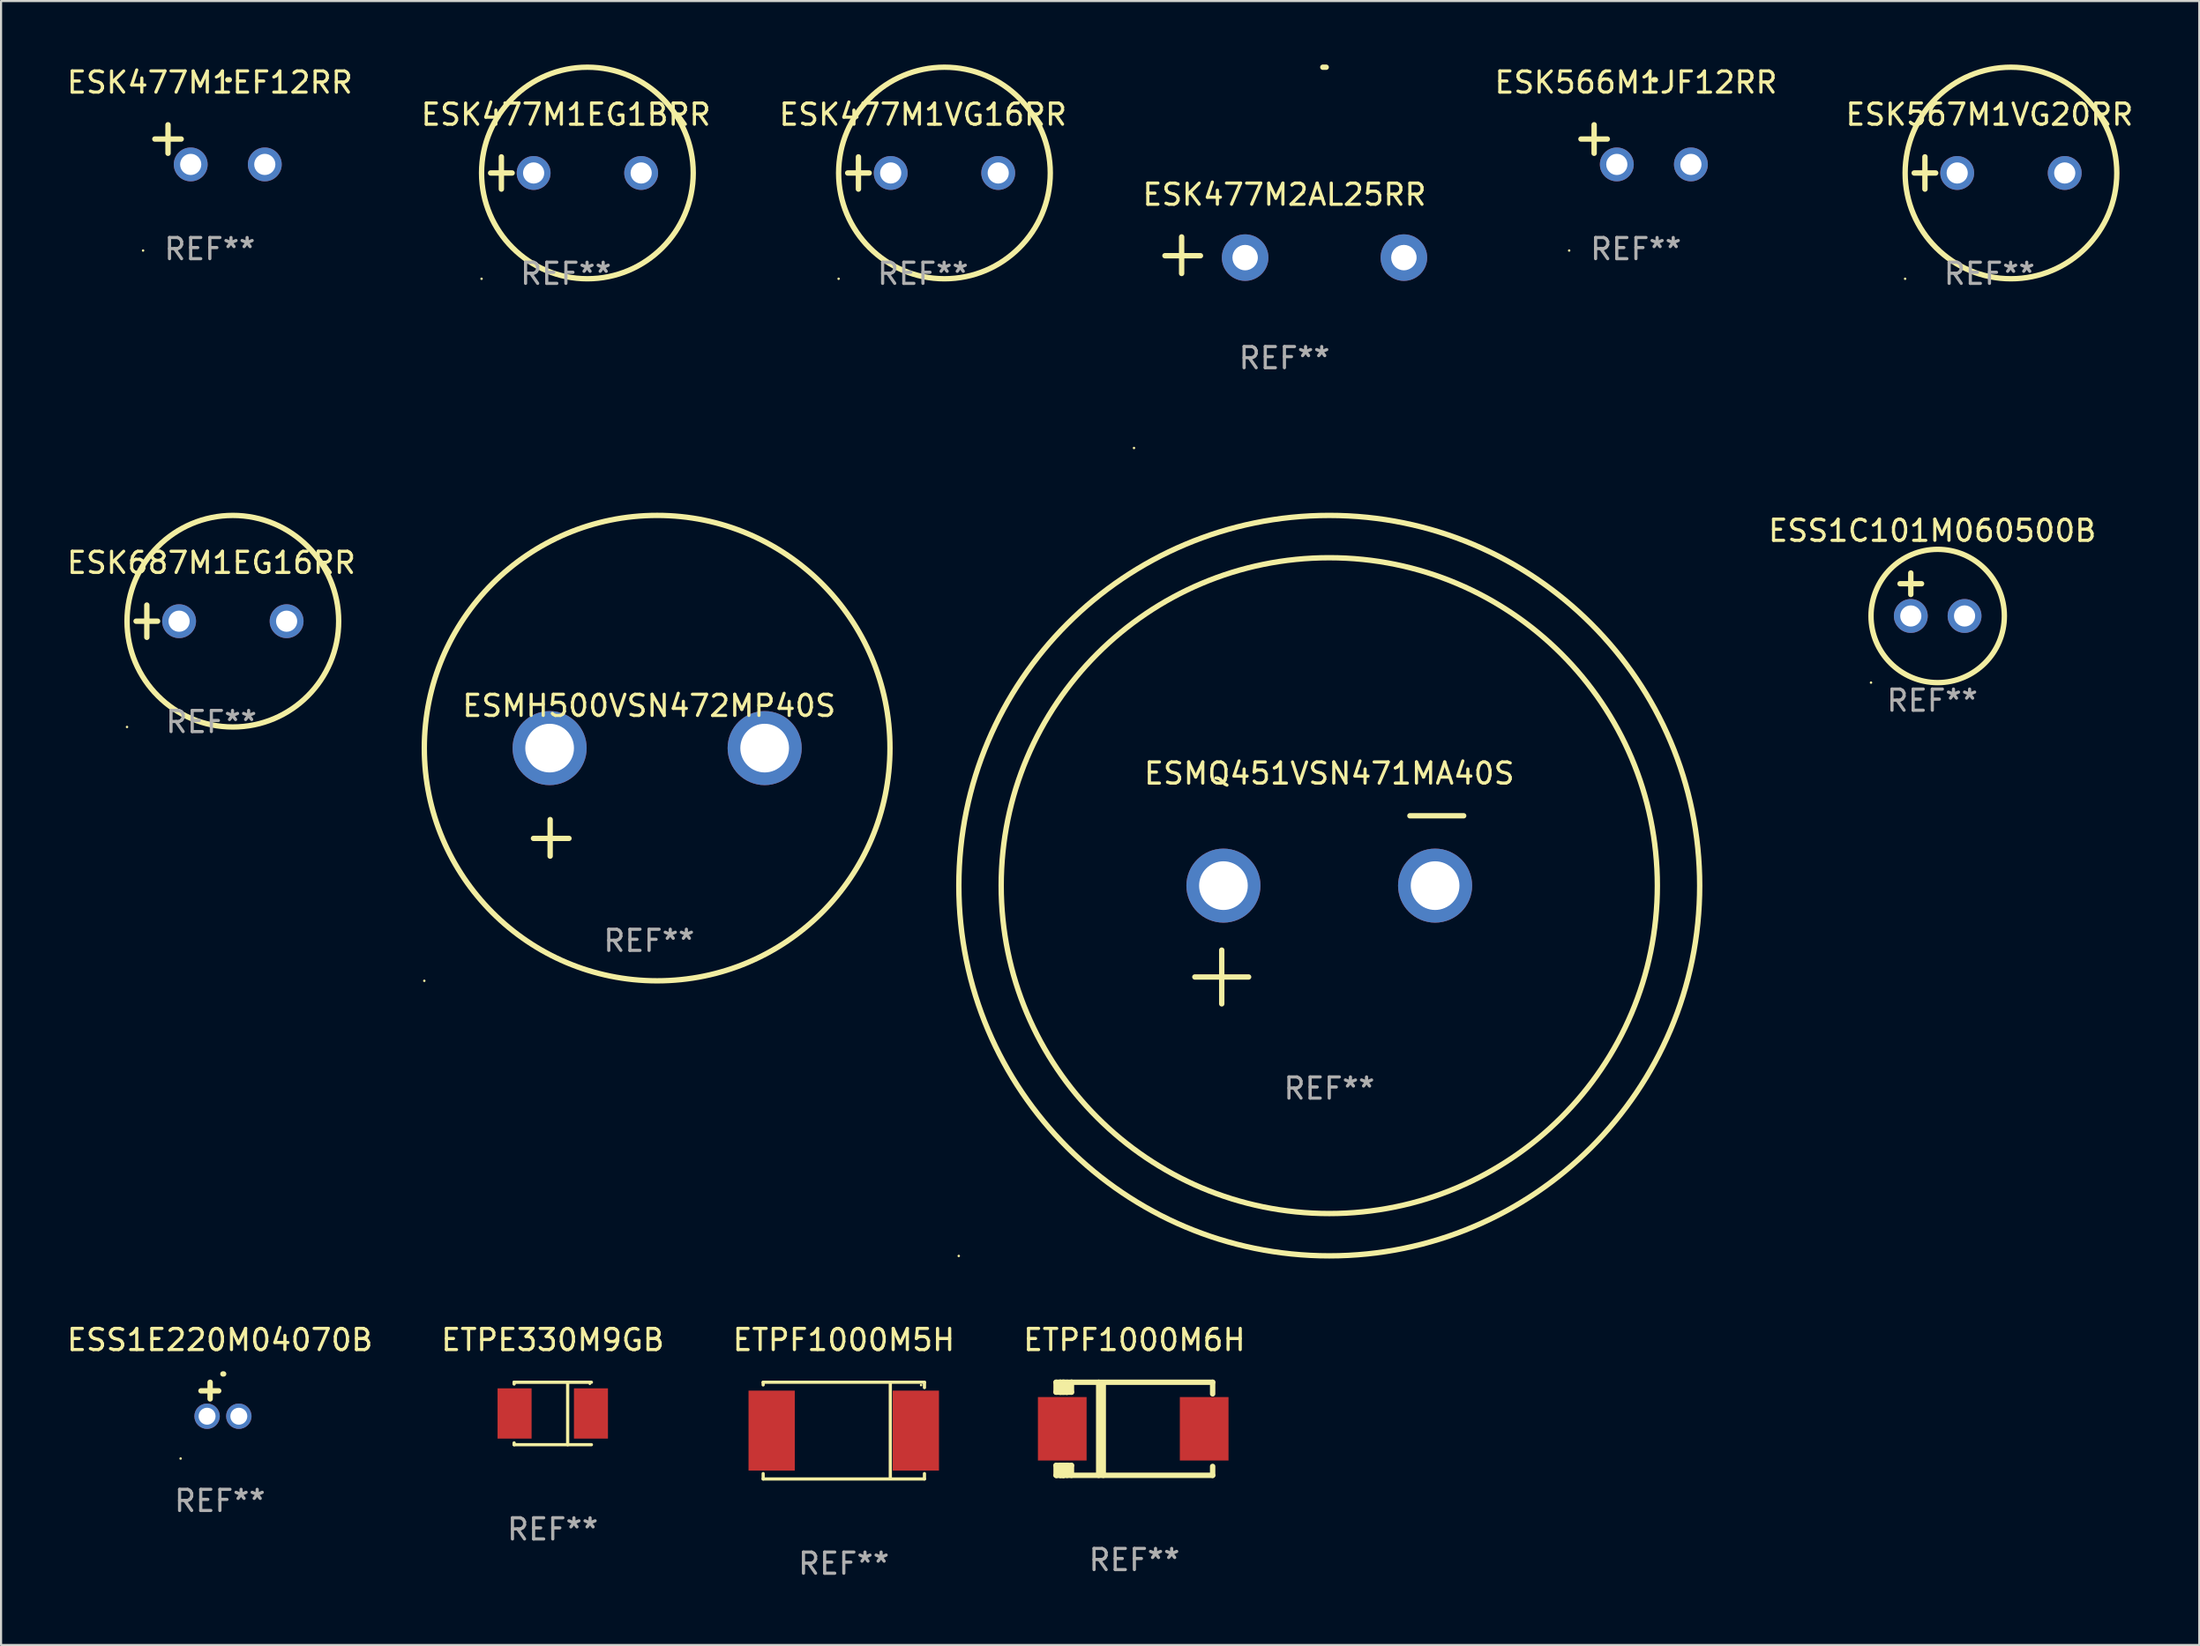
<source format=kicad_pcb>
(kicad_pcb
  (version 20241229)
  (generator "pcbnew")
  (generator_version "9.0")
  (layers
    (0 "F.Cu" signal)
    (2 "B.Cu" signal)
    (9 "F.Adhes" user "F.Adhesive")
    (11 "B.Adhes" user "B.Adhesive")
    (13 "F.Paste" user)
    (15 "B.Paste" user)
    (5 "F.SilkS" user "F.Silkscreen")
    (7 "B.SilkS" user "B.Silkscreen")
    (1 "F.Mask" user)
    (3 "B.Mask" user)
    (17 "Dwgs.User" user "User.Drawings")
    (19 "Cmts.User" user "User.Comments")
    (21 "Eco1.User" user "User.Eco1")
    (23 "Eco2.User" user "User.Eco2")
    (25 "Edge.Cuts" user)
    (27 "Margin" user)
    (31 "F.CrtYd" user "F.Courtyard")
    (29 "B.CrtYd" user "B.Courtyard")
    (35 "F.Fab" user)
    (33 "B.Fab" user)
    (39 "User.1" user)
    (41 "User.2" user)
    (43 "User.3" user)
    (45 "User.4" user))
  (footprint "ESS1C101M060500B"
    (layer "F.Cu")
    (at 88.24 25.051)
    (property "Reference" "ESS1C101M060500B" (at 0 -3.016 0) (layer "F.SilkS") (effects (font (size 1 1) (thickness 0.15))))
    (attr through_hole)
    (fp_line (start -1.524 -0.508) (end -0.508 -0.508) (stroke (width 0.254) (type solid)) (layer "F.SilkS"))
    (fp_line (start -1.016 -1.016) (end -1.016 0) (stroke (width 0.254) (type solid)) (layer "F.SilkS"))
    (fp_circle (center -2.896 4.166) (end -2.866 4.166) (stroke (width 0.06) (type solid)) (fill no) (layer "F.SilkS"))
    (fp_circle (center 0.254 1.016) (end 3.404 1.016) (stroke (width 0.254) (type solid)) (fill no) (layer "F.SilkS"))
    (fp_text user "REF**" (at 0 5.016 0) (layer "F.Fab") (effects (font (size 1 1) (thickness 0.15))))
    (pad "1" thru_hole circle (at -1.016 1.016) (size 1.6 1.6) (drill 1) (layers "*.Cu" "*.Mask"))
    (pad "2" thru_hole circle (at 1.524 1.016) (size 1.6 1.6) (drill 1) (layers "*.Cu" "*.Mask")))
  (footprint "ESK477M2AL25RR"
    (layer "F.Cu")
    (at 57.631 9.013)
    (property "Reference" "ESK477M2AL25RR" (at 0 -2.864 0) (layer "F.SilkS") (effects (font (size 1 1) (thickness 0.15))))
    (attr through_hole)
    (fp_line (start -4.856 0.864) (end -4.856 -0.864) (stroke (width 0.254) (type solid)) (layer "F.SilkS"))
    (fp_line (start -3.967 0.025) (end -5.644 0.025) (stroke (width 0.254) (type solid)) (layer "F.SilkS"))
    (fp_arc (start 1.815024 -8.885649) (mid 1.893764 -8.88599) (end 1.972504 -8.885649) (stroke (width 0.254001) (type solid)) (layer "F.SilkS"))
    (fp_circle (center -7.106 9.114) (end -7.076 9.114) (stroke (width 0.06) (type solid)) (fill no) (layer "F.SilkS"))
    (fp_text user "REF**" (at 0 4.864 0) (layer "F.Fab") (effects (font (size 1 1) (thickness 0.15))))
    (pad "1" thru_hole circle (at -1.856 0.114) (size 2.2 2.2) (drill 1.2) (layers "*.Cu" "*.Mask"))
    (pad "2" thru_hole circle (at 5.644 0.114) (size 2.2 2.2) (drill 1.2) (layers "*.Cu" "*.Mask")))
  (footprint "ESMQ451VSN471MA40S"
    (layer "F.Cu")
    (at 59.75 39.957)
    (property "Reference" "ESMQ451VSN471MA40S" (at 0 -6.445 0) (layer "F.SilkS") (effects (font (size 1 1) (thickness 0.15))))
    (attr through_hole)
    (fp_line (start -6.35 3.175) (end -3.81 3.175) (stroke (width 0.254) (type solid)) (layer "F.SilkS"))
    (fp_line (start -5.08 1.905) (end -5.08 4.445) (stroke (width 0.254) (type solid)) (layer "F.SilkS"))
    (fp_line (start 3.81 -4.445) (end 6.35 -4.445) (stroke (width 0.254) (type solid)) (layer "F.SilkS"))
    (fp_circle (center -17.505 16.362) (end -17.475 16.362) (stroke (width 0.06) (type solid)) (fill no) (layer "F.SilkS"))
    (fp_circle (center 0 -1.143) (end 15.5 -1.143) (stroke (width 0.254) (type solid)) (fill no) (layer "F.SilkS"))
    (fp_circle (center 0 -1.143) (end 17.5 -1.143) (stroke (width 0.254) (type solid)) (fill no) (layer "F.SilkS"))
    (fp_text user "REF**" (at 0 8.445 0) (layer "F.Fab") (effects (font (size 1 1) (thickness 0.15))))
    (pad "1" thru_hole circle (at -5 -1.143) (size 3.5 3.5) (drill 2.3) (layers "*.Cu" "*.Mask"))
    (pad "2" thru_hole circle (at 5 -1.143) (size 3.5 3.5) (drill 2.3) (layers "*.Cu" "*.Mask")))
  (footprint "ETPE330M9GB"
    (layer "F.Cu")
    (at 23.065 63.765)
    (property "Reference" "ETPE330M9GB" (at 0 -3.476 0) (layer "F.SilkS") (effects (font (size 1 1) (thickness 0.15))))
    (attr through_hole)
    (fp_line (start -1.826 -1.476) (end -1.826 -1.391) (stroke (width 0.152) (type solid)) (layer "F.SilkS"))
    (fp_line (start -1.826 -1.476) (end 1.826 -1.476) (stroke (width 0.152) (type solid)) (layer "F.SilkS"))
    (fp_line (start -1.826 1.476) (end -1.826 1.391) (stroke (width 0.152) (type solid)) (layer "F.SilkS"))
    (fp_line (start -1.826 1.476) (end 1.826 1.476) (stroke (width 0.152) (type solid)) (layer "F.SilkS"))
    (fp_line (start 0.704 -1.476) (end 0.704 1.476) (stroke (width 0.152) (type solid)) (layer "F.SilkS"))
    (fp_circle (center 1.75 -1.4) (end 1.78 -1.4) (stroke (width 0.06) (type solid)) (fill no) (layer "F.SilkS"))
    (fp_text user "REF**" (at 0 5.476 0) (layer "F.Fab") (effects (font (size 1 1) (thickness 0.15))))
    (pad "1" smd rect (at 1.804 0) (size 1.607 2.376) (layers "F.Cu" "F.Mask" "F.Paste"))
    (pad "2" smd rect (at -1.804 0) (size 1.607 2.376) (layers "F.Cu" "F.Mask" "F.Paste")))
  (footprint "ESK687M1EG16RR"
    (layer "F.Cu")
    (at 6.935 26.314)
    (property "Reference" "ESK687M1EG16RR" (at 0 -2.762 0) (layer "F.SilkS") (effects (font (size 1 1) (thickness 0.15))))
    (attr through_hole)
    (fp_line (start -3.556 0) (end -2.54 0) (stroke (width 0.254) (type solid)) (layer "F.SilkS"))
    (fp_line (start -3.048 -0.762) (end -3.048 0.762) (stroke (width 0.254) (type solid)) (layer "F.SilkS"))
    (fp_circle (center -3.984 5) (end -3.954 5) (stroke (width 0.06) (type solid)) (fill no) (layer "F.SilkS"))
    (fp_circle (center 1.016 0) (end 6.016 0) (stroke (width 0.254) (type solid)) (fill no) (layer "F.SilkS"))
    (fp_text user "REF**" (at 0 4.762 0) (layer "F.Fab") (effects (font (size 1 1) (thickness 0.15))))
    (pad "1" thru_hole circle (at -1.524 0) (size 1.6 1.6) (drill 1) (layers "*.Cu" "*.Mask"))
    (pad "2" thru_hole circle (at 3.556 0) (size 1.6 1.6) (drill 1) (layers "*.Cu" "*.Mask")))
  (footprint "ETPF1000M5H"
    (layer "F.Cu")
    (at 36.815 64.575)
    (property "Reference" "ETPF1000M5H" (at 0 -4.286 0) (layer "F.SilkS") (effects (font (size 1 1) (thickness 0.15))))
    (attr through_hole)
    (fp_line (start -3.81 -2.286) (end -3.81 -2.159) (stroke (width 0.15) (type solid)) (layer "F.SilkS"))
    (fp_line (start -3.81 2.032) (end -3.81 2.286) (stroke (width 0.15) (type solid)) (layer "F.SilkS"))
    (fp_line (start -3.81 2.286) (end 3.81 2.286) (stroke (width 0.15) (type solid)) (layer "F.SilkS"))
    (fp_line (start 2.197 -2.226) (end 2.197 2.226) (stroke (width 0.152) (type solid)) (layer "F.SilkS"))
    (fp_line (start 3.81 -2.286) (end -3.81 -2.286) (stroke (width 0.15) (type solid)) (layer "F.SilkS"))
    (fp_line (start 3.81 -2.032) (end 3.81 -2.286) (stroke (width 0.15) (type solid)) (layer "F.SilkS"))
    (fp_line (start 3.81 2.286) (end 3.81 2.032) (stroke (width 0.15) (type solid)) (layer "F.SilkS"))
    (fp_circle (center 3.65 -2.15) (end 3.68 -2.15) (stroke (width 0.06) (type solid)) (fill no) (layer "F.SilkS"))
    (fp_text user "REF**" (at 0 6.286 0) (layer "F.Fab") (effects (font (size 1 1) (thickness 0.15))))
    (pad "1" smd rect (at 3.404 0 180) (size 2.185 3.78) (layers "F.Cu" "F.Mask" "F.Paste"))
    (pad "2" smd rect (at -3.409 0 180) (size 2.185 3.78) (layers "F.Cu" "F.Mask" "F.Paste")))
  (footprint "ESS1E220M04070B"
    (layer "F.Cu")
    (at 7.339 63.092)
    (property "Reference" "ESS1E220M04070B" (at 0 -2.803 0) (layer "F.SilkS") (effects (font (size 1 1) (thickness 0.15))))
    (attr through_hole)
    (fp_line (start -0.462 -0.016) (end -0.462 -0.803) (stroke (width 0.254) (type solid)) (layer "F.SilkS"))
    (fp_line (start -0.056 -0.397) (end -0.894 -0.397) (stroke (width 0.254) (type solid)) (layer "F.SilkS"))
    (fp_arc (start 0.142799 -1.195784) (mid 0.159309 -1.195852) (end 0.175819 -1.195784) (stroke (width 0.254001) (type solid)) (layer "F.SilkS"))
    (fp_circle (center -1.856 2.803) (end -1.826 2.803) (stroke (width 0.06) (type solid)) (fill no) (layer "F.SilkS"))
    (fp_text user "REF**" (at 0 4.803 0) (layer "F.Fab") (effects (font (size 1 1) (thickness 0.15))))
    (pad "1" thru_hole circle (at -0.606 0.803) (size 1.2 1.2) (drill 0.8) (layers "*.Cu" "*.Mask"))
    (pad "2" thru_hole circle (at 0.894 0.803) (size 1.2 1.2) (drill 0.8) (layers "*.Cu" "*.Mask")))
  (footprint "ESK477M1VG16RR"
    (layer "F.Cu")
    (at 40.554 5.127)
    (property "Reference" "ESK477M1VG16RR" (at 0 -2.762 0) (layer "F.SilkS") (effects (font (size 1 1) (thickness 0.15))))
    (attr through_hole)
    (fp_line (start -3.556 0) (end -2.54 0) (stroke (width 0.254) (type solid)) (layer "F.SilkS"))
    (fp_line (start -3.048 -0.762) (end -3.048 0.762) (stroke (width 0.254) (type solid)) (layer "F.SilkS"))
    (fp_circle (center -3.984 5) (end -3.954 5) (stroke (width 0.06) (type solid)) (fill no) (layer "F.SilkS"))
    (fp_circle (center 1.016 0) (end 6.016 0) (stroke (width 0.254) (type solid)) (fill no) (layer "F.SilkS"))
    (fp_text user "REF**" (at 0 4.762 0) (layer "F.Fab") (effects (font (size 1 1) (thickness 0.15))))
    (pad "1" thru_hole circle (at -1.524 0) (size 1.6 1.6) (drill 1) (layers "*.Cu" "*.Mask"))
    (pad "2" thru_hole circle (at 3.556 0) (size 1.6 1.6) (drill 1) (layers "*.Cu" "*.Mask")))
  (footprint "ETPF1000M6H"
    (layer "F.Cu")
    (at 50.542 64.489)
    (property "Reference" "ETPF1000M6H" (at 0 -4.2 0) (layer "F.SilkS") (effects (font (size 1 1) (thickness 0.15))))
    (attr through_hole)
    (fp_line (start -3.698 -2.2) (end -3.502 -2.2) (stroke (width 0.254) (type solid)) (layer "F.SilkS"))
    (fp_line (start -3.698 -1.731) (end -3.698 -2.2) (stroke (width 0.254) (type solid)) (layer "F.SilkS"))
    (fp_line (start -3.698 -1.731) (end -3.502 -1.731) (stroke (width 0.254) (type solid)) (layer "F.SilkS"))
    (fp_line (start -3.698 1.731) (end -3.502 1.731) (stroke (width 0.254) (type solid)) (layer "F.SilkS"))
    (fp_line (start -3.698 2.2) (end -3.698 1.731) (stroke (width 0.254) (type solid)) (layer "F.SilkS"))
    (fp_line (start -3.66 2.2) (end -3.698 2.2) (stroke (width 0.254) (type solid)) (layer "F.SilkS"))
    (fp_line (start -3.66 2.2) (end -3.346 2.2) (stroke (width 0.254) (type solid)) (layer "F.SilkS"))
    (fp_line (start -3.502 -2.2) (end 3.698 -2.2) (stroke (width 0.254) (type solid)) (layer "F.SilkS"))
    (fp_line (start -3.502 -1.731) (end -3.502 -2.2) (stroke (width 0.254) (type solid)) (layer "F.SilkS"))
    (fp_line (start -3.502 1.731) (end -3.502 1.778) (stroke (width 0.254) (type solid)) (layer "F.SilkS"))
    (fp_line (start -3.502 1.731) (end -3.178 1.731) (stroke (width 0.254) (type solid)) (layer "F.SilkS"))
    (fp_line (start -3.502 1.778) (end -3.502 1.731) (stroke (width 0.254) (type solid)) (layer "F.SilkS"))
    (fp_line (start -3.502 2.2) (end -3.502 1.778) (stroke (width 0.254) (type solid)) (layer "F.SilkS"))
    (fp_line (start -3.502 2.2) (end 3.698 2.2) (stroke (width 0.254) (type solid)) (layer "F.SilkS"))
    (fp_line (start -3.367 -2.2) (end -3.367 -1.731) (stroke (width 0.254) (type solid)) (layer "F.SilkS"))
    (fp_line (start -3.346 1.731) (end -3.346 2.2) (stroke (width 0.254) (type solid)) (layer "F.SilkS"))
    (fp_line (start -3.346 2.2) (end -3.346 2.2) (stroke (width 0.254) (type solid)) (layer "F.SilkS"))
    (fp_line (start -3.332 1.731) (end -3.346 1.731) (stroke (width 0.254) (type solid)) (layer "F.SilkS"))
    (fp_line (start -3.303 -2.2) (end -3.367 -2.2) (stroke (width 0.254) (type solid)) (layer "F.SilkS"))
    (fp_line (start -3.179 -1.731) (end -3.179 -1.731) (stroke (width 0.254) (type solid)) (layer "F.SilkS"))
    (fp_line (start -3.179 1.731) (end -3.179 2.2) (stroke (width 0.254) (type solid)) (layer "F.SilkS"))
    (fp_line (start -3.178 -1.731) (end -3.502 -1.731) (stroke (width 0.254) (type solid)) (layer "F.SilkS"))
    (fp_line (start -3.178 -1.731) (end -3.179 -1.731) (stroke (width 0.254) (type solid)) (layer "F.SilkS"))
    (fp_line (start -3.178 -1.731) (end -3.178 -2.2) (stroke (width 0.254) (type solid)) (layer "F.SilkS"))
    (fp_line (start -3.178 1.731) (end -3.178 1.731) (stroke (width 0.254) (type solid)) (layer "F.SilkS"))
    (fp_line (start -2.972 -2.2) (end -2.972 -1.731) (stroke (width 0.254) (type solid)) (layer "F.SilkS"))
    (fp_line (start -2.972 -1.731) (end -3.502 -1.731) (stroke (width 0.254) (type solid)) (layer "F.SilkS"))
    (fp_line (start -2.972 1.731) (end -3.179 1.731) (stroke (width 0.254) (type solid)) (layer "F.SilkS"))
    (fp_line (start -2.972 1.731) (end -2.972 2.2) (stroke (width 0.254) (type solid)) (layer "F.SilkS"))
    (fp_line (start -2.957 -2.2) (end -2.972 -2.2) (stroke (width 0.254) (type solid)) (layer "F.SilkS"))
    (fp_line (start -1.686 -2.2) (end -1.686 2.2) (stroke (width 0.254) (type solid)) (layer "F.SilkS"))
    (fp_line (start -1.469 -2.159) (end -1.469 2.2) (stroke (width 0.254) (type solid)) (layer "F.SilkS"))
    (fp_line (start -1.452 -2.159) (end -1.469 -2.159) (stroke (width 0.254) (type solid)) (layer "F.SilkS"))
    (fp_line (start 3.698 -2.2) (end 3.698 -1.651) (stroke (width 0.254) (type solid)) (layer "F.SilkS"))
    (fp_line (start 3.698 2.2) (end 3.698 1.778) (stroke (width 0.254) (type solid)) (layer "F.SilkS"))
    (fp_circle (center -3.552 2.15) (end -3.522 2.15) (stroke (width 0.06) (type solid)) (fill no) (layer "F.SilkS"))
    (fp_text user "REF**" (at 0 6.2 0) (layer "F.Fab") (effects (font (size 1 1) (thickness 0.15))))
    (pad "1" smd rect (at -3.407 0) (size 2.3 3) (layers "F.Cu" "F.Mask" "F.Paste"))
    (pad "2" smd rect (at 3.298 0) (size 2.3 3) (layers "F.Cu" "F.Mask" "F.Paste")))
  (footprint "ESMH500VSN472MP40S"
    (layer "F.Cu")
    (at 27.615 34.866)
    (property "Reference" "ESMH500VSN472MP40S" (at 0 -4.553 0) (layer "F.SilkS") (effects (font (size 1 1) (thickness 0.15))))
    (attr through_hole)
    (fp_line (start -4.674 2.553) (end -4.674 0.826) (stroke (width 0.254) (type solid)) (layer "F.SilkS"))
    (fp_line (start -3.785 1.715) (end -5.461 1.715) (stroke (width 0.254) (type solid)) (layer "F.SilkS"))
    (fp_circle (center -10.619 8.447) (end -10.589 8.447) (stroke (width 0.06) (type solid)) (fill no) (layer "F.SilkS"))
    (fp_circle (center 0.381 -2.553) (end 11.381 -2.553) (stroke (width 0.254) (type solid)) (fill no) (layer "F.SilkS"))
    (fp_text user "REF**" (at 0 6.553 0) (layer "F.Fab") (effects (font (size 1 1) (thickness 0.15))))
    (pad "1" thru_hole circle (at -4.699 -2.553) (size 3.5 3.5) (drill 2.3) (layers "*.Cu" "*.Mask"))
    (pad "2" thru_hole circle (at 5.461 -2.553) (size 3.5 3.5) (drill 2.3) (layers "*.Cu" "*.Mask")))
  (footprint "ESK566M1JF12RR"
    (layer "F.Cu")
    (at 74.238 3.785)
    (property "Reference" "ESK566M1JF12RR" (at 0 -2.937 0) (layer "F.SilkS") (effects (font (size 1 1) (thickness 0.15))))
    (attr through_hole)
    (fp_line (start -1.975 0.41) (end -1.975 -0.937) (stroke (width 0.254) (type solid)) (layer "F.SilkS"))
    (fp_line (start -1.353 -0.263) (end -2.597 -0.263) (stroke (width 0.254) (type solid)) (layer "F.SilkS"))
    (fp_arc (start 0.849809 -3.063957) (mid 0.885369 -3.064114) (end 0.920929 -3.063957) (stroke (width 0.254001) (type solid)) (layer "F.SilkS"))
    (fp_circle (center -3.154 5.008) (end -3.124 5.008) (stroke (width 0.06) (type solid)) (fill no) (layer "F.SilkS"))
    (fp_text user "REF**" (at 0 4.937 0) (layer "F.Fab") (effects (font (size 1 1) (thickness 0.15))))
    (pad "1" thru_hole circle (at -0.903 0.937) (size 1.6 1.6) (drill 1) (layers "*.Cu" "*.Mask"))
    (pad "2" thru_hole circle (at 2.597 0.937) (size 1.6 1.6) (drill 1) (layers "*.Cu" "*.Mask")))
  (footprint "ESK567M1VG20RR"
    (layer "F.Cu")
    (at 90.94 5.127)
    (property "Reference" "ESK567M1VG20RR" (at 0 -2.762 0) (layer "F.SilkS") (effects (font (size 1 1) (thickness 0.15))))
    (attr through_hole)
    (fp_line (start -3.556 0) (end -2.54 0) (stroke (width 0.254) (type solid)) (layer "F.SilkS"))
    (fp_line (start -3.048 -0.762) (end -3.048 0.762) (stroke (width 0.254) (type solid)) (layer "F.SilkS"))
    (fp_circle (center -3.984 5) (end -3.954 5) (stroke (width 0.06) (type solid)) (fill no) (layer "F.SilkS"))
    (fp_circle (center 1.016 0) (end 6.016 0) (stroke (width 0.254) (type solid)) (fill no) (layer "F.SilkS"))
    (fp_text user "REF**" (at 0 4.762 0) (layer "F.Fab") (effects (font (size 1 1) (thickness 0.15))))
    (pad "1" thru_hole circle (at -1.524 0) (size 1.6 1.6) (drill 1) (layers "*.Cu" "*.Mask"))
    (pad "2" thru_hole circle (at 3.556 0) (size 1.6 1.6) (drill 1) (layers "*.Cu" "*.Mask")))
  (footprint "ESK477M1EG1BRR"
    (layer "F.Cu")
    (at 23.685 5.127)
    (property "Reference" "ESK477M1EG1BRR" (at 0 -2.762 0) (layer "F.SilkS") (effects (font (size 1 1) (thickness 0.15))))
    (attr through_hole)
    (fp_line (start -3.556 0) (end -2.54 0) (stroke (width 0.254) (type solid)) (layer "F.SilkS"))
    (fp_line (start -3.048 -0.762) (end -3.048 0.762) (stroke (width 0.254) (type solid)) (layer "F.SilkS"))
    (fp_circle (center -3.984 5) (end -3.954 5) (stroke (width 0.06) (type solid)) (fill no) (layer "F.SilkS"))
    (fp_circle (center 1.016 0) (end 6.016 0) (stroke (width 0.254) (type solid)) (fill no) (layer "F.SilkS"))
    (fp_text user "REF**" (at 0 4.762 0) (layer "F.Fab") (effects (font (size 1 1) (thickness 0.15))))
    (pad "1" thru_hole circle (at -1.524 0) (size 1.6 1.6) (drill 1) (layers "*.Cu" "*.Mask"))
    (pad "2" thru_hole circle (at 3.556 0) (size 1.6 1.6) (drill 1) (layers "*.Cu" "*.Mask")))
  (footprint "ESK477M1EF12RR"
    (layer "F.Cu")
    (at 6.863 3.785)
    (property "Reference" "ESK477M1EF12RR" (at 0 -2.937 0) (layer "F.SilkS") (effects (font (size 1 1) (thickness 0.15))))
    (attr through_hole)
    (fp_line (start -1.975 0.41) (end -1.975 -0.937) (stroke (width 0.254) (type solid)) (layer "F.SilkS"))
    (fp_line (start -1.353 -0.263) (end -2.597 -0.263) (stroke (width 0.254) (type solid)) (layer "F.SilkS"))
    (fp_arc (start 0.849809 -3.063957) (mid 0.885369 -3.064114) (end 0.920929 -3.063957) (stroke (width 0.254001) (type solid)) (layer "F.SilkS"))
    (fp_circle (center -3.154 5.008) (end -3.124 5.008) (stroke (width 0.06) (type solid)) (fill no) (layer "F.SilkS"))
    (fp_text user "REF**" (at 0 4.937 0) (layer "F.Fab") (effects (font (size 1 1) (thickness 0.15))))
    (pad "1" thru_hole circle (at -0.903 0.937) (size 1.6 1.6) (drill 1) (layers "*.Cu" "*.Mask"))
    (pad "2" thru_hole circle (at 2.597 0.937) (size 1.6 1.6) (drill 1) (layers "*.Cu" "*.Mask")))
  (gr_rect
    (start -3 -3)
    (end 100.851 74.709)
    (stroke (width 0.1) (type default))
    (fill no)
    (layer "Edge.Cuts")))
</source>
